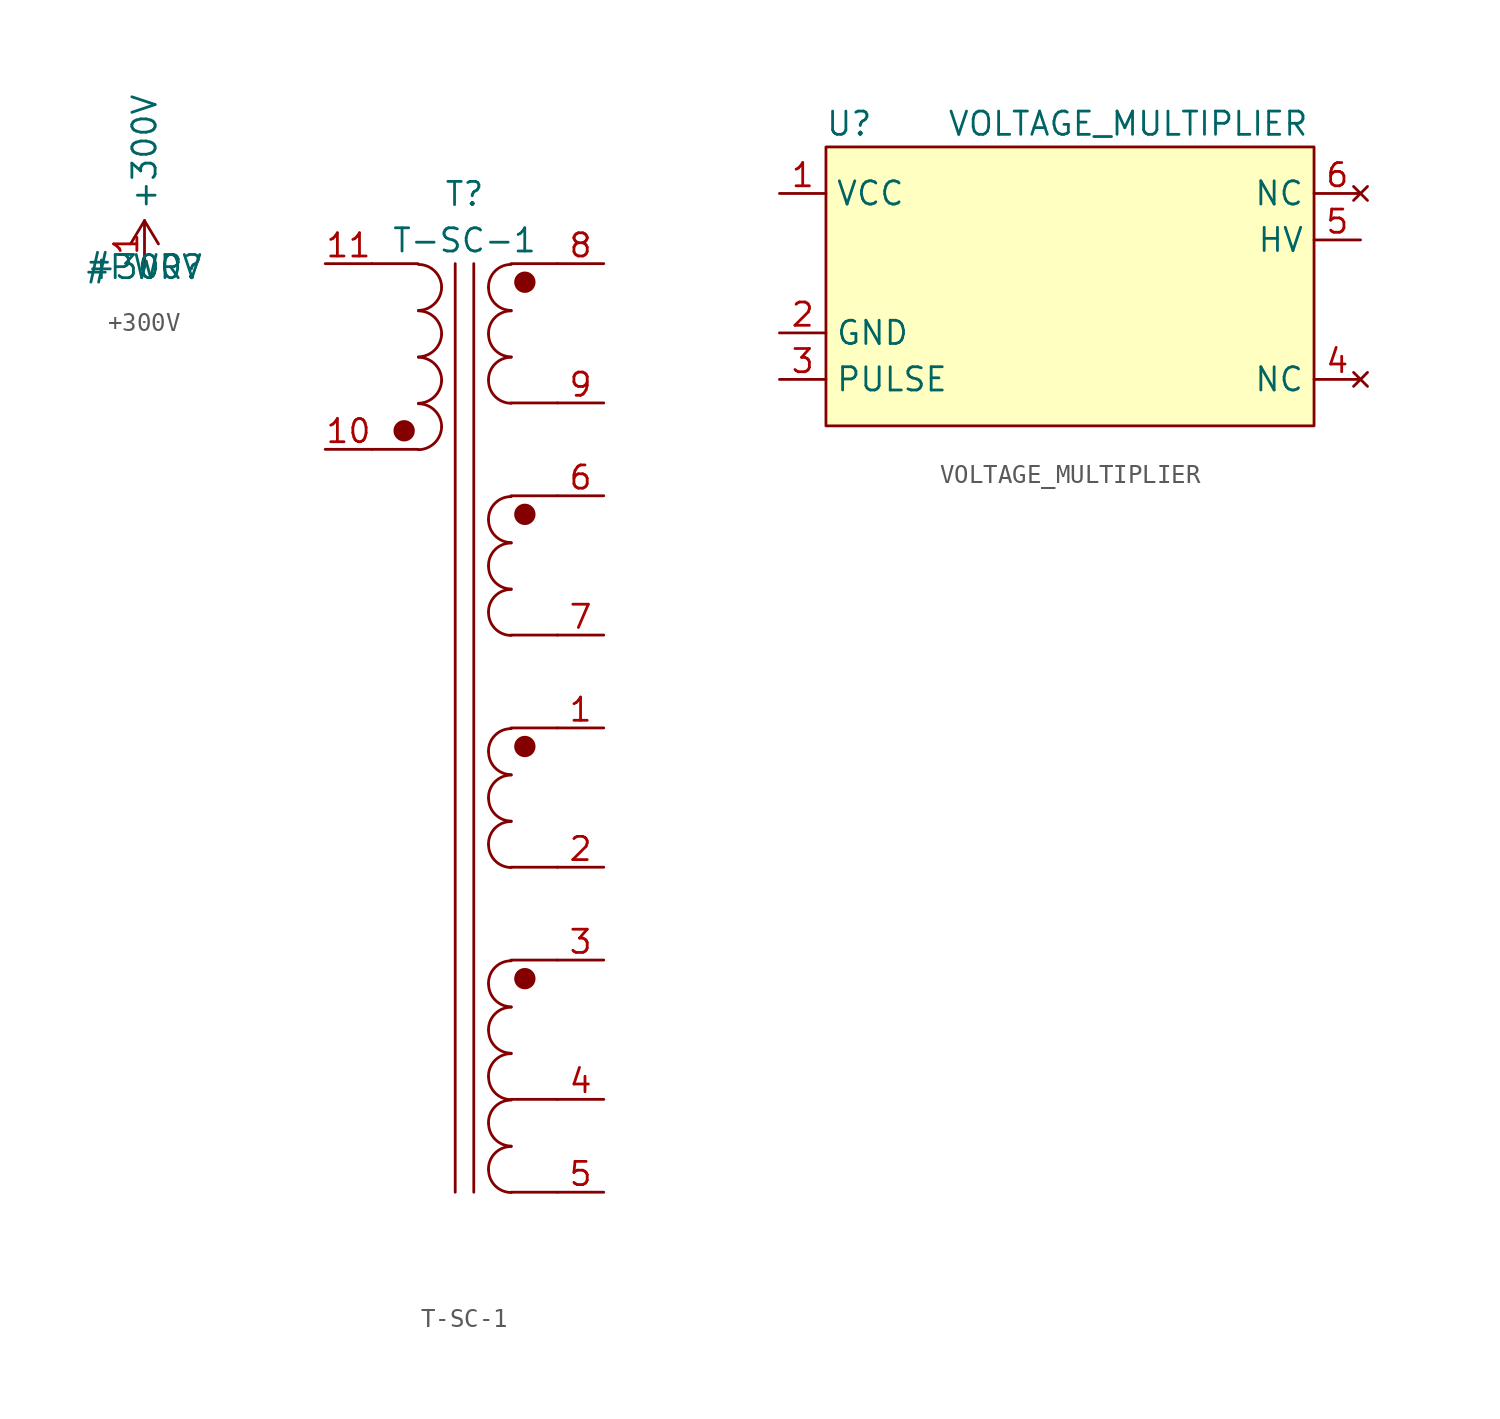
<source format=kicad_sym>
(kicad_symbol_lib
  (version 20211014)
  (generator kicad_symbol_editor)
  (symbol "+300V"
    (power)
    (property "Reference" "#PWR"
      (at 0 0 0)
      (effects (font (size 1.27 1.27))))
    (property "Value" "+300V"
      (at 0 0 0)
      (effects (font (size 1.27 1.27))))
    (symbol "+300V_0_1"
      (polyline (pts (xy 0 2.54) (xy -0.762 1.27)) (stroke (width 0) (type default) (color 0 0 0 0)) (fill (type none)))
      (polyline (pts (xy 0 2.54) (xy 0.762 1.27)) (stroke (width 0) (type default) (color 0 0 0 0)) (fill (type none))))
    (symbol "+300V_1_1"
      (pin power_in line (at 0 0 90) (length 2.54) (name "+300V" (effects (font (size 1.27 1.27)))) (number "1" (effects (font (size 1.27 1.27)))))))
  (symbol "T-SC-1"
    (pin_names hide)
    (property "Reference" "T"
      (at 0 29.21 0)
      (effects (font (size 1.27 1.27))))
    (property "Value" "T-SC-1"
      (at 0 26.67 0)
      (effects (font (size 1.27 1.27))))
    (symbol "T-SC-1_0_1"
      (circle (center -3.302 16.256) (radius 0.508) (stroke (width 0) (type default) (color 0 0 0 0)) (fill (type outline)))
      (arc (start -2.5217 15.2211) (mid -1.6378 15.5894) (end -1.2517 16.4657) (stroke (width 0) (type default) (color 0 0 0 0)) (fill (type none)))
      (arc (start -2.5217 17.7611) (mid -1.6378 18.1294) (end -1.2517 19.0057) (stroke (width 0) (type default) (color 0 0 0 0)) (fill (type none)))
      (arc (start -2.5217 20.3011) (mid -1.6378 20.6694) (end -1.2517 21.5457) (stroke (width 0) (type default) (color 0 0 0 0)) (fill (type none)))
      (arc (start -2.5217 22.8411) (mid -1.6378 23.2094) (end -1.2517 24.0857) (stroke (width 0) (type default) (color 0 0 0 0)) (fill (type none)))
      (arc (start -1.2517 16.4657) (mid -1.6237 17.3637) (end -2.5217 17.7357) (stroke (width 0) (type default) (color 0 0 0 0)) (fill (type none)))
      (arc (start -1.2517 19.0057) (mid -1.6237 19.9037) (end -2.5217 20.2757) (stroke (width 0) (type default) (color 0 0 0 0)) (fill (type none)))
      (arc (start -1.2517 21.5457) (mid -1.6237 22.4437) (end -2.5217 22.8157) (stroke (width 0) (type default) (color 0 0 0 0)) (fill (type none)))
      (arc (start -1.2517 24.0857) (mid -1.6237 24.9837) (end -2.5217 25.3557) (stroke (width 0) (type default) (color 0 0 0 0)) (fill (type none)))
      (polyline (pts (xy -5.08 15.24) (xy -2.54 15.24)) (stroke (width 0) (type default) (color 0 0 0 0)) (fill (type none)))
      (polyline (pts (xy -5.08 25.4) (xy -2.54 25.4)) (stroke (width 0) (type default) (color 0 0 0 0)) (fill (type none)))
      (polyline (pts (xy -0.508 -25.4) (xy -0.508 25.4)) (stroke (width 0) (type default) (color 0 0 0 0)) (fill (type none)))
      (polyline (pts (xy 0.508 25.4) (xy 0.508 -25.4)) (stroke (width 0) (type default) (color 0 0 0 0)) (fill (type none)))
      (polyline (pts (xy 2.54 -25.4) (xy 5.08 -25.4)) (stroke (width 0) (type default) (color 0 0 0 0)) (fill (type none)))
      (polyline (pts (xy 2.54 -20.32) (xy 5.08 -20.32)) (stroke (width 0) (type default) (color 0 0 0 0)) (fill (type none)))
      (polyline (pts (xy 2.54 -12.7) (xy 5.08 -12.7)) (stroke (width 0) (type default) (color 0 0 0 0)) (fill (type none)))
      (polyline (pts (xy 2.54 -7.62) (xy 5.08 -7.62)) (stroke (width 0) (type default) (color 0 0 0 0)) (fill (type none)))
      (polyline (pts (xy 2.54 0) (xy 5.08 0)) (stroke (width 0) (type default) (color 0 0 0 0)) (fill (type none)))
      (polyline (pts (xy 2.54 5.08) (xy 5.08 5.08)) (stroke (width 0) (type default) (color 0 0 0 0)) (fill (type none)))
      (polyline (pts (xy 2.54 12.7) (xy 5.08 12.7)) (stroke (width 0) (type default) (color 0 0 0 0)) (fill (type none)))
      (polyline (pts (xy 2.54 17.78) (xy 5.08 17.78)) (stroke (width 0) (type default) (color 0 0 0 0)) (fill (type none)))
      (polyline (pts (xy 2.54 25.4) (xy 5.08 25.4)) (stroke (width 0) (type default) (color 0 0 0 0)) (fill (type none)))
      (arc (start 1.3127 -24.1713) (mid 1.6772 -25.0514) (end 2.5573 -25.4159) (stroke (width 0) (type default) (color 0 0 0 0)) (fill (type none)))
      (arc (start 1.3127 -21.6313) (mid 1.6772 -22.5114) (end 2.5573 -22.8759) (stroke (width 0) (type default) (color 0 0 0 0)) (fill (type none)))
      (arc (start 1.3127 -19.0913) (mid 1.6772 -19.9714) (end 2.5573 -20.3359) (stroke (width 0) (type default) (color 0 0 0 0)) (fill (type none)))
      (arc (start 1.3127 -16.5513) (mid 1.6772 -17.4314) (end 2.5573 -17.7959) (stroke (width 0) (type default) (color 0 0 0 0)) (fill (type none)))
      (arc (start 1.3127 -14.0113) (mid 1.6772 -14.8914) (end 2.5573 -15.2559) (stroke (width 0) (type default) (color 0 0 0 0)) (fill (type none)))
      (arc (start 1.3127 -6.3913) (mid 1.6772 -7.2714) (end 2.5573 -7.6359) (stroke (width 0) (type default) (color 0 0 0 0)) (fill (type none)))
      (arc (start 1.3127 -3.8513) (mid 1.6772 -4.7314) (end 2.5573 -5.0959) (stroke (width 0) (type default) (color 0 0 0 0)) (fill (type none)))
      (arc (start 1.3127 -1.3113) (mid 1.6772 -2.1914) (end 2.5573 -2.5559) (stroke (width 0) (type default) (color 0 0 0 0)) (fill (type none)))
      (arc (start 1.3137 6.3057) (mid 1.6782 5.4256) (end 2.5583 5.0611) (stroke (width 0) (type default) (color 0 0 0 0)) (fill (type none)))
      (arc (start 1.3137 8.8457) (mid 1.6782 7.9656) (end 2.5583 7.6011) (stroke (width 0) (type default) (color 0 0 0 0)) (fill (type none)))
      (arc (start 1.3137 11.3857) (mid 1.6782 10.5056) (end 2.5583 10.1411) (stroke (width 0) (type default) (color 0 0 0 0)) (fill (type none)))
      (arc (start 1.3137 19.0057) (mid 1.6782 18.1256) (end 2.5583 17.7611) (stroke (width 0) (type default) (color 0 0 0 0)) (fill (type none)))
      (arc (start 1.3137 21.5457) (mid 1.6782 20.6656) (end 2.5583 20.3011) (stroke (width 0) (type default) (color 0 0 0 0)) (fill (type none)))
      (arc (start 1.3137 24.0857) (mid 1.6782 23.2056) (end 2.5583 22.8411) (stroke (width 0) (type default) (color 0 0 0 0)) (fill (type none)))
      (arc (start 2.5573 -22.9013) (mid 1.6626 -23.2696) (end 1.3127 -24.1713) (stroke (width 0) (type default) (color 0 0 0 0)) (fill (type none)))
      (arc (start 2.5573 -20.3613) (mid 1.6626 -20.7296) (end 1.3127 -21.6313) (stroke (width 0) (type default) (color 0 0 0 0)) (fill (type none)))
      (arc (start 2.5573 -17.8213) (mid 1.6626 -18.1896) (end 1.3127 -19.0913) (stroke (width 0) (type default) (color 0 0 0 0)) (fill (type none)))
      (arc (start 2.5573 -15.2813) (mid 1.6626 -15.6496) (end 1.3127 -16.5513) (stroke (width 0) (type default) (color 0 0 0 0)) (fill (type none)))
      (arc (start 2.5573 -12.7413) (mid 1.6626 -13.1096) (end 1.3127 -14.0113) (stroke (width 0) (type default) (color 0 0 0 0)) (fill (type none)))
      (arc (start 2.5573 -5.1213) (mid 1.6626 -5.4896) (end 1.3127 -6.3913) (stroke (width 0) (type default) (color 0 0 0 0)) (fill (type none)))
      (arc (start 2.5573 -2.5813) (mid 1.6626 -2.9496) (end 1.3127 -3.8513) (stroke (width 0) (type default) (color 0 0 0 0)) (fill (type none)))
      (arc (start 2.5573 -0.0413) (mid 1.6626 -0.4096) (end 1.3127 -1.3113) (stroke (width 0) (type default) (color 0 0 0 0)) (fill (type none)))
      (arc (start 2.5583 7.5757) (mid 1.6641 7.2072) (end 1.3137 6.3057) (stroke (width 0) (type default) (color 0 0 0 0)) (fill (type none)))
      (arc (start 2.5583 10.1157) (mid 1.6641 9.7472) (end 1.3137 8.8457) (stroke (width 0) (type default) (color 0 0 0 0)) (fill (type none)))
      (arc (start 2.5583 12.6557) (mid 1.6641 12.2872) (end 1.3137 11.3857) (stroke (width 0) (type default) (color 0 0 0 0)) (fill (type none)))
      (arc (start 2.5583 20.2757) (mid 1.6641 19.9072) (end 1.3137 19.0057) (stroke (width 0) (type default) (color 0 0 0 0)) (fill (type none)))
      (arc (start 2.5583 22.8157) (mid 1.6641 22.4472) (end 1.3137 21.5457) (stroke (width 0) (type default) (color 0 0 0 0)) (fill (type none)))
      (arc (start 2.5583 25.3557) (mid 1.6641 24.9872) (end 1.3137 24.0857) (stroke (width 0) (type default) (color 0 0 0 0)) (fill (type none)))
      (circle (center 3.302 -13.716) (radius 0.508) (stroke (width 0) (type default) (color 0 0 0 0)) (fill (type outline)))
      (circle (center 3.302 -1.016) (radius 0.508) (stroke (width 0) (type default) (color 0 0 0 0)) (fill (type outline)))
      (circle (center 3.302 11.684) (radius 0.508) (stroke (width 0) (type default) (color 0 0 0 0)) (fill (type outline)))
      (circle (center 3.302 24.384) (radius 0.508) (stroke (width 0) (type default) (color 0 0 0 0)) (fill (type outline))))
    (symbol "T-SC-1_1_1"
      (pin passive line (at 7.62 0 180) (length 2.54) (name "1" (effects (font (size 1.27 1.27)))) (number "1" (effects (font (size 1.27 1.27)))))
      (pin passive line (at -7.62 15.24 0) (length 2.54) (name "10" (effects (font (size 1.27 1.27)))) (number "10" (effects (font (size 1.27 1.27)))))
      (pin passive line (at -7.62 25.4 0) (length 2.54) (name "11" (effects (font (size 1.27 1.27)))) (number "11" (effects (font (size 1.27 1.27)))))
      (pin passive line (at 7.62 -7.62 180) (length 2.54) (name "2" (effects (font (size 1.27 1.27)))) (number "2" (effects (font (size 1.27 1.27)))))
      (pin passive line (at 7.62 -12.7 180) (length 2.54) (name "3" (effects (font (size 1.27 1.27)))) (number "3" (effects (font (size 1.27 1.27)))))
      (pin passive line (at 7.62 -20.32 180) (length 2.54) (name "4" (effects (font (size 1.27 1.27)))) (number "4" (effects (font (size 1.27 1.27)))))
      (pin passive line (at 7.62 -25.4 180) (length 2.54) (name "5" (effects (font (size 1.27 1.27)))) (number "5" (effects (font (size 1.27 1.27)))))
      (pin passive line (at 7.62 12.7 180) (length 2.54) (name "6" (effects (font (size 1.27 1.27)))) (number "6" (effects (font (size 1.27 1.27)))))
      (pin passive line (at 7.62 5.08 180) (length 2.54) (name "7" (effects (font (size 1.27 1.27)))) (number "7" (effects (font (size 1.27 1.27)))))
      (pin passive line (at 7.62 25.4 180) (length 2.54) (name "8" (effects (font (size 1.27 1.27)))) (number "8" (effects (font (size 1.27 1.27)))))
      (pin passive line (at 7.62 17.78 180) (length 2.54) (name "9" (effects (font (size 1.27 1.27)))) (number "9" (effects (font (size 1.27 1.27)))))))
  (symbol "VOLTAGE_MULTIPLIER"
    (property "Reference" "U"
      (at -11.43 8.89 0)
      (effects (font (size 1.27 1.27))))
    (property "Value" "VOLTAGE_MULTIPLIER"
      (at 3.81 8.89 0)
      (effects (font (size 1.27 1.27))))
    (symbol "VOLTAGE_MULTIPLIER_0_1"
      (rectangle (start -12.7 7.62) (end 13.97 -7.62) (stroke (width 0) (type default) (color 0 0 0 0)) (fill (type background))))
    (symbol "VOLTAGE_MULTIPLIER_1_1"
      (pin power_in line (at -15.24 5.08 0) (length 2.54) (name "VCC" (effects (font (size 1.27 1.27)))) (number "1" (effects (font (size 1.27 1.27)))))
      (pin power_in line (at -15.24 -2.54 0) (length 2.54) (name "GND" (effects (font (size 1.27 1.27)))) (number "2" (effects (font (size 1.27 1.27)))))
      (pin input line (at -15.24 -5.08 0) (length 2.54) (name "PULSE" (effects (font (size 1.27 1.27)))) (number "3" (effects (font (size 1.27 1.27)))))
      (pin no_connect line (at 16.51 -5.08 180) (length 2.54) (name "NC" (effects (font (size 1.27 1.27)))) (number "4" (effects (font (size 1.27 1.27)))))
      (pin power_out line (at 16.51 2.54 180) (length 2.54) (name "HV" (effects (font (size 1.27 1.27)))) (number "5" (effects (font (size 1.27 1.27)))))
      (pin no_connect line (at 16.51 5.08 180) (length 2.54) (name "NC" (effects (font (size 1.27 1.27)))) (number "6" (effects (font (size 1.27 1.27))))))))
</source>
